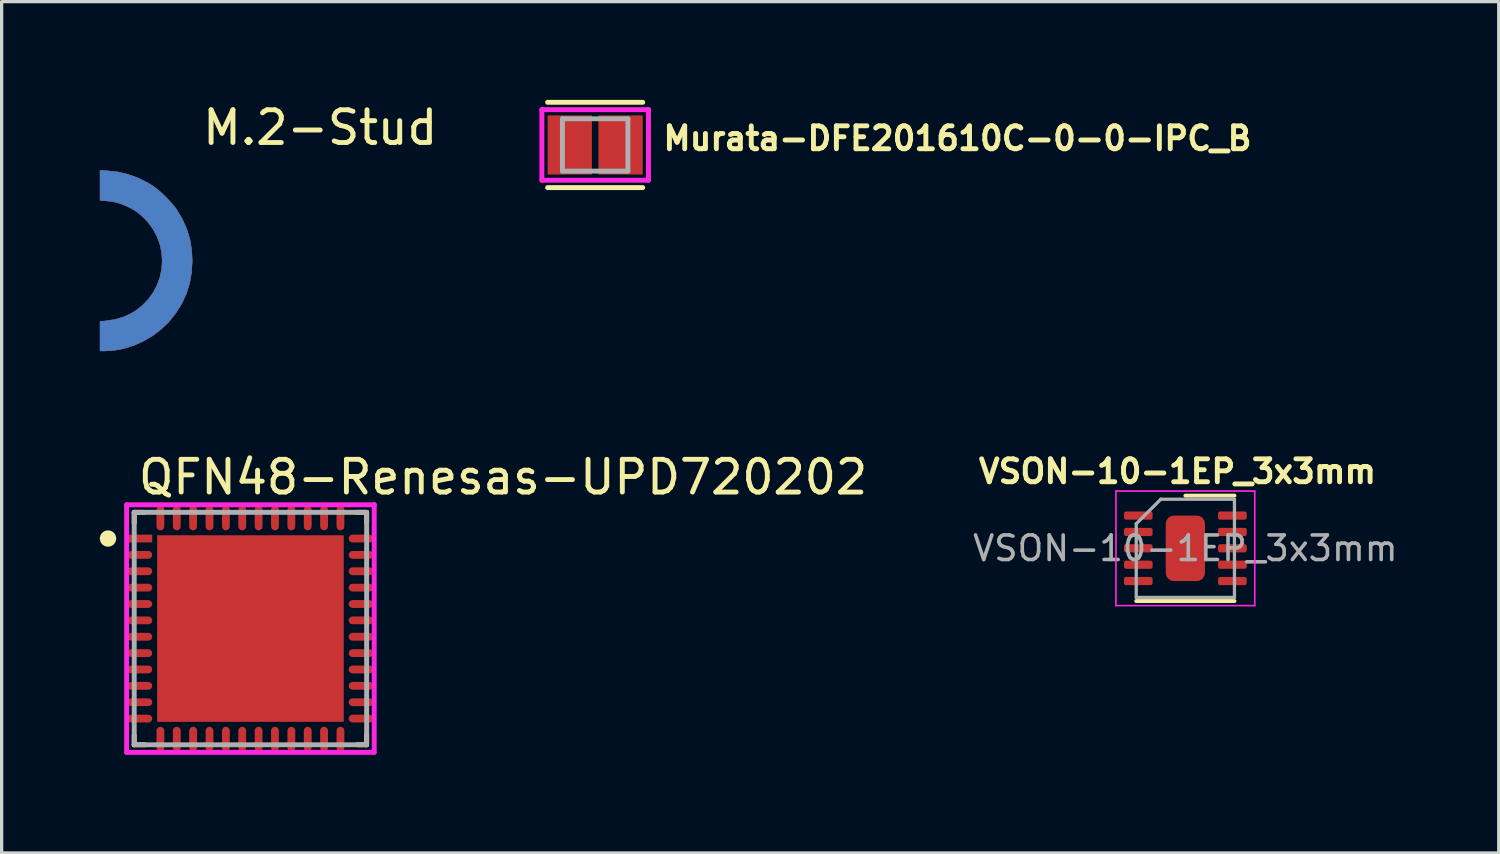
<source format=kicad_pcb>
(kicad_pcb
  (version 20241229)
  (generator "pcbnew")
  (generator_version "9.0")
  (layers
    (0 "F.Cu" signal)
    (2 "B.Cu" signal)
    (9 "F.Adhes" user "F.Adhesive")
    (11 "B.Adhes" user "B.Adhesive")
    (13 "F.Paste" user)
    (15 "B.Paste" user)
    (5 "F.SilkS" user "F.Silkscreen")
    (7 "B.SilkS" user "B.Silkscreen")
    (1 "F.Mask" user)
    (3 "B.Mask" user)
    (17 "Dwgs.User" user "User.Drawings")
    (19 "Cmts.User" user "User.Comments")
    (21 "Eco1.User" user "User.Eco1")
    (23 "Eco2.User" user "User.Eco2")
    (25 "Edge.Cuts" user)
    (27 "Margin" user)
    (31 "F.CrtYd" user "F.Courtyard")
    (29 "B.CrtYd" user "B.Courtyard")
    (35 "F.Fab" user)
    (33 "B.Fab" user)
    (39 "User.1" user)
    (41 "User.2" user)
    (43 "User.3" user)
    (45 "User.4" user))
  (footprint "VSON-10-1EP_3x3mm"
    (layer "F.Cu")
    (at 32.96 13.9)
    (property "Reference" "VSON-10-1EP_3x3mm" (at -0.04 -2.55 0) (layer "F.SilkS") (effects (font (size 0.7 0.7) (thickness 0.15))))
    (attr smd)
    (fp_line (start -1.3 1.41) (end 1.7 1.41) (stroke (width 0.12) (type solid)) (layer "F.SilkS"))
    (fp_line (start 0.2 -1.81) (end 1.7 -1.81) (stroke (width 0.12) (type solid)) (layer "F.SilkS"))
    (fp_line (start -1.92 -1.95) (end -1.92 1.55) (stroke (width 0.05) (type solid)) (layer "F.CrtYd"))
    (fp_line (start -1.92 1.55) (end 2.32 1.55) (stroke (width 0.05) (type solid)) (layer "F.CrtYd"))
    (fp_line (start 2.32 -1.95) (end -1.92 -1.95) (stroke (width 0.05) (type solid)) (layer "F.CrtYd"))
    (fp_line (start 2.32 1.55) (end 2.32 -1.95) (stroke (width 0.05) (type solid)) (layer "F.CrtYd"))
    (fp_line (start -1.3 -0.95) (end -0.55 -1.7) (stroke (width 0.1) (type solid)) (layer "F.Fab"))
    (fp_line (start -1.3 1.3) (end -1.3 -0.95) (stroke (width 0.1) (type solid)) (layer "F.Fab"))
    (fp_line (start -0.55 -1.7) (end 1.7 -1.7) (stroke (width 0.1) (type solid)) (layer "F.Fab"))
    (fp_line (start 1.7 -1.7) (end 1.7 1.3) (stroke (width 0.1) (type solid)) (layer "F.Fab"))
    (fp_line (start 1.7 1.3) (end -1.3 1.3) (stroke (width 0.1) (type solid)) (layer "F.Fab"))
    (fp_text user "${REFERENCE}" (at 0.2 -0.2 0) (layer "F.Fab") (effects (font (size 0.75 0.75) (thickness 0.11))))
    (pad "" smd roundrect (at -0.1 -0.7) (size 0.48 0.81) (layers "F.Paste") (roundrect_rratio 0.25))
    (pad "" smd roundrect (at -0.1 0.3) (size 0.48 0.81) (layers "F.Paste") (roundrect_rratio 0.25))
    (pad "" smd roundrect (at 0.5 -0.7) (size 0.48 0.81) (layers "F.Paste") (roundrect_rratio 0.25))
    (pad "" smd roundrect (at 0.5 0.3) (size 0.48 0.81) (layers "F.Paste") (roundrect_rratio 0.25))
    (pad "1" smd roundrect (at -1.238 -1.2) (size 0.875 0.25) (layers "F.Cu" "F.Mask" "F.Paste") (roundrect_rratio 0.25))
    (pad "2" smd roundrect (at -1.238 -0.7) (size 0.875 0.25) (layers "F.Cu" "F.Mask" "F.Paste") (roundrect_rratio 0.25))
    (pad "3" smd roundrect (at -1.238 -0.2) (size 0.875 0.25) (layers "F.Cu" "F.Mask" "F.Paste") (roundrect_rratio 0.25))
    (pad "4" smd roundrect (at -1.238 0.3) (size 0.875 0.25) (layers "F.Cu" "F.Mask" "F.Paste") (roundrect_rratio 0.25))
    (pad "5" smd roundrect (at -1.238 0.8) (size 0.875 0.25) (layers "F.Cu" "F.Mask" "F.Paste") (roundrect_rratio 0.25))
    (pad "6" smd roundrect (at 1.637 0.8) (size 0.875 0.25) (layers "F.Cu" "F.Mask" "F.Paste") (roundrect_rratio 0.25))
    (pad "7" smd roundrect (at 1.637 0.3) (size 0.875 0.25) (layers "F.Cu" "F.Mask" "F.Paste") (roundrect_rratio 0.25))
    (pad "8" smd roundrect (at 1.637 -0.2) (size 0.875 0.25) (layers "F.Cu" "F.Mask" "F.Paste") (roundrect_rratio 0.25))
    (pad "9" smd roundrect (at 1.637 -0.7) (size 0.875 0.25) (layers "F.Cu" "F.Mask" "F.Paste") (roundrect_rratio 0.25))
    (pad "10" smd roundrect (at 1.637 -1.2) (size 0.875 0.25) (layers "F.Cu" "F.Mask" "F.Paste") (roundrect_rratio 0.25))
    (pad "11" smd roundrect (at 0.2 -0.2) (size 1.2 2) (layers "F.Cu" "F.Mask") (roundrect_rratio 0.208)))
  (footprint "M.2-Stud"
    (layer "F.Cu")
    (at 0.482 4.858)
    (property "Reference" "M.2-Stud" (at 6.25 -4.01 0) (layer "F.SilkS") (effects (font (size 1 1) (thickness 0.15))))
    (attr through_hole)
    (fp_poly (pts (xy -0.302 -2.695) (xy 0.043 -2.66) (xy 0.376 -2.584) (xy 0.697 -2.467) (xy 1.004 -2.31) (xy 1.153 -2.217) (xy 1.259 -2.138) (xy 1.381 -2.033) (xy 1.509 -1.912) (xy 1.633 -1.784) (xy 1.746 -1.659) (xy 1.837 -1.545) (xy 1.867 -1.503) (xy 2.041 -1.209) (xy 2.175 -0.91) (xy 2.269 -0.601) (xy 2.323 -0.278) (xy 2.341 0.052) (xy 2.321 0.403) (xy 2.263 0.737) (xy 2.165 1.054) (xy 2.029 1.355) (xy 1.853 1.64) (xy 1.639 1.909) (xy 1.608 1.943) (xy 1.378 2.162) (xy 1.122 2.354) (xy 0.846 2.516) (xy 0.556 2.645) (xy 0.255 2.739) (xy -0.049 2.797) (xy -0.323 2.814) (xy -0.477 2.814) (xy -0.477 1.91) (xy -0.313 1.896) (xy -0.024 1.852) (xy 0.243 1.773) (xy 0.486 1.661) (xy 0.595 1.595) (xy 0.813 1.427) (xy 0.998 1.235) (xy 1.15 1.024) (xy 1.269 0.797) (xy 1.354 0.559) (xy 1.406 0.312) (xy 1.423 0.061) (xy 1.406 -0.191) (xy 1.354 -0.439) (xy 1.266 -0.68) (xy 1.143 -0.91) (xy 0.984 -1.124) (xy 0.854 -1.261) (xy 0.721 -1.38) (xy 0.591 -1.474) (xy 0.449 -1.557) (xy 0.342 -1.609) (xy 0.137 -1.691) (xy -0.064 -1.744) (xy -0.281 -1.771) (xy -0.291 -1.772) (xy -0.477 -1.785) (xy -0.477 -2.703) (xy -0.302 -2.695)) (stroke (width 0.01) (type solid)) (fill yes) (layer "F.Cu"))
    (fp_poly (pts (xy -0.302 -2.695) (xy 0.043 -2.66) (xy 0.376 -2.584) (xy 0.697 -2.467) (xy 1.004 -2.31) (xy 1.153 -2.217) (xy 1.259 -2.138) (xy 1.381 -2.033) (xy 1.509 -1.912) (xy 1.633 -1.784) (xy 1.746 -1.659) (xy 1.837 -1.545) (xy 1.867 -1.503) (xy 2.041 -1.209) (xy 2.175 -0.91) (xy 2.269 -0.601) (xy 2.323 -0.278) (xy 2.341 0.052) (xy 2.321 0.403) (xy 2.263 0.737) (xy 2.165 1.054) (xy 2.029 1.355) (xy 1.853 1.64) (xy 1.639 1.909) (xy 1.608 1.943) (xy 1.378 2.162) (xy 1.122 2.354) (xy 0.846 2.516) (xy 0.556 2.645) (xy 0.255 2.739) (xy -0.049 2.797) (xy -0.323 2.814) (xy -0.477 2.814) (xy -0.477 1.91) (xy -0.313 1.896) (xy -0.024 1.852) (xy 0.243 1.773) (xy 0.486 1.661) (xy 0.595 1.595) (xy 0.813 1.427) (xy 0.998 1.235) (xy 1.15 1.024) (xy 1.269 0.797) (xy 1.354 0.559) (xy 1.406 0.312) (xy 1.423 0.061) (xy 1.406 -0.191) (xy 1.354 -0.439) (xy 1.266 -0.68) (xy 1.143 -0.91) (xy 0.984 -1.124) (xy 0.854 -1.261) (xy 0.721 -1.38) (xy 0.591 -1.474) (xy 0.449 -1.557) (xy 0.342 -1.609) (xy 0.137 -1.691) (xy -0.064 -1.744) (xy -0.281 -1.771) (xy -0.291 -1.772) (xy -0.477 -1.785) (xy -0.477 -2.703) (xy -0.302 -2.695)) (stroke (width 0.01) (type solid)) (fill yes) (layer "F.Mask"))
    (fp_poly (pts (xy -0.302 -2.695) (xy 0.043 -2.66) (xy 0.376 -2.584) (xy 0.697 -2.467) (xy 1.004 -2.31) (xy 1.153 -2.217) (xy 1.259 -2.138) (xy 1.381 -2.033) (xy 1.509 -1.912) (xy 1.633 -1.784) (xy 1.746 -1.659) (xy 1.837 -1.545) (xy 1.867 -1.503) (xy 2.041 -1.209) (xy 2.175 -0.91) (xy 2.269 -0.601) (xy 2.323 -0.278) (xy 2.341 0.052) (xy 2.321 0.403) (xy 2.263 0.737) (xy 2.165 1.054) (xy 2.029 1.355) (xy 1.853 1.64) (xy 1.639 1.909) (xy 1.608 1.943) (xy 1.378 2.162) (xy 1.122 2.354) (xy 0.846 2.516) (xy 0.556 2.645) (xy 0.255 2.739) (xy -0.049 2.797) (xy -0.323 2.814) (xy -0.477 2.814) (xy -0.477 1.91) (xy -0.313 1.896) (xy -0.024 1.852) (xy 0.243 1.773) (xy 0.486 1.661) (xy 0.595 1.595) (xy 0.813 1.427) (xy 0.998 1.235) (xy 1.15 1.024) (xy 1.269 0.797) (xy 1.354 0.559) (xy 1.406 0.312) (xy 1.423 0.061) (xy 1.406 -0.191) (xy 1.354 -0.439) (xy 1.266 -0.68) (xy 1.143 -0.91) (xy 0.984 -1.124) (xy 0.854 -1.261) (xy 0.721 -1.38) (xy 0.591 -1.474) (xy 0.449 -1.557) (xy 0.342 -1.609) (xy 0.137 -1.691) (xy -0.064 -1.744) (xy -0.281 -1.771) (xy -0.291 -1.772) (xy -0.477 -1.785) (xy -0.477 -2.703) (xy -0.302 -2.695)) (stroke (width 0.01) (type solid)) (fill yes) (layer "B.Cu"))
    (fp_poly (pts (xy -0.302 -2.695) (xy 0.043 -2.66) (xy 0.376 -2.584) (xy 0.697 -2.467) (xy 1.004 -2.31) (xy 1.153 -2.217) (xy 1.259 -2.138) (xy 1.381 -2.033) (xy 1.509 -1.912) (xy 1.633 -1.784) (xy 1.746 -1.659) (xy 1.837 -1.545) (xy 1.867 -1.503) (xy 2.041 -1.209) (xy 2.175 -0.91) (xy 2.269 -0.601) (xy 2.323 -0.278) (xy 2.341 0.052) (xy 2.321 0.403) (xy 2.263 0.737) (xy 2.165 1.054) (xy 2.029 1.355) (xy 1.853 1.64) (xy 1.639 1.909) (xy 1.608 1.943) (xy 1.378 2.162) (xy 1.122 2.354) (xy 0.846 2.516) (xy 0.556 2.645) (xy 0.255 2.739) (xy -0.049 2.797) (xy -0.323 2.814) (xy -0.477 2.814) (xy -0.477 1.91) (xy -0.313 1.896) (xy -0.024 1.852) (xy 0.243 1.773) (xy 0.486 1.661) (xy 0.595 1.595) (xy 0.813 1.427) (xy 0.998 1.235) (xy 1.15 1.024) (xy 1.269 0.797) (xy 1.354 0.559) (xy 1.406 0.312) (xy 1.423 0.061) (xy 1.406 -0.191) (xy 1.354 -0.439) (xy 1.266 -0.68) (xy 1.143 -0.91) (xy 0.984 -1.124) (xy 0.854 -1.261) (xy 0.721 -1.38) (xy 0.591 -1.474) (xy 0.449 -1.557) (xy 0.342 -1.609) (xy 0.137 -1.691) (xy -0.064 -1.744) (xy -0.281 -1.771) (xy -0.291 -1.772) (xy -0.477 -1.785) (xy -0.477 -2.703) (xy -0.302 -2.695)) (stroke (width 0.01) (type solid)) (fill yes) (layer "B.Mask")))
  (footprint "Murata-DFE201610C-0-0-IPC_B"
    (layer "F.Cu")
    (at 15.131 1.378)
    (property "Reference" "Murata-DFE201610C-0-0-IPC_B" (at 2.003 -0.2 0) (layer "F.SilkS") (effects (font (size 0.7 0.7) (thickness 0.15)) (justify left)))
    (attr through_hole)
    (fp_line (start -1.453 -1.303) (end 1.453 -1.303) (stroke (width 0.15) (type solid)) (layer "F.SilkS"))
    (fp_line (start -1.453 1.303) (end 1.453 1.303) (stroke (width 0.15) (type solid)) (layer "F.SilkS"))
    (fp_line (start -1.628 -1.078) (end -1.628 1.078) (stroke (width 0.15) (type solid)) (layer "F.CrtYd"))
    (fp_line (start -1.628 1.078) (end 1.628 1.078) (stroke (width 0.15) (type solid)) (layer "F.CrtYd"))
    (fp_line (start 1.628 -1.078) (end -1.628 -1.078) (stroke (width 0.15) (type solid)) (layer "F.CrtYd"))
    (fp_line (start 1.628 -1.078) (end 1.628 -1.078) (stroke (width 0.15) (type solid)) (layer "F.CrtYd"))
    (fp_line (start 1.628 1.078) (end 1.628 -1.078) (stroke (width 0.15) (type solid)) (layer "F.CrtYd"))
    (fp_line (start -1 -0.8) (end 1 -0.8) (stroke (width 0.15) (type solid)) (layer "F.Fab"))
    (fp_line (start -1 0.8) (end -1 -0.8) (stroke (width 0.15) (type solid)) (layer "F.Fab"))
    (fp_line (start 1 -0.8) (end 1 0.8) (stroke (width 0.15) (type solid)) (layer "F.Fab"))
    (fp_line (start 1 0.8) (end -1 0.8) (stroke (width 0.15) (type solid)) (layer "F.Fab"))
    (pad "1" smd rect (at -0.776 0.000001) (size 1.354 1.806) (layers "F.Cu" "F.Mask" "F.Paste"))
    (pad "2" smd rect (at 0.776 0.000001) (size 1.354 1.806) (layers "F.Cu" "F.Mask" "F.Paste")))
  (footprint "QFN48-Renesas-UPD720202"
    (layer "F.Cu")
    (at 4.6 16.151)
    (property "Reference" "QFN48-Renesas-UPD720202" (at -3.5 -4.625 0) (layer "F.SilkS") (effects (font (size 1 1) (thickness 0.15)) (justify left)))
    (attr through_hole)
    (fp_line (start -3.55 -3.55) (end -3.245 -3.55) (stroke (width 0.15) (type solid)) (layer "F.SilkS"))
    (fp_line (start -3.55 -3.225) (end -3.55 -3.55) (stroke (width 0.15) (type solid)) (layer "F.SilkS"))
    (fp_line (start -3.55 3.55) (end -3.55 3.264) (stroke (width 0.15) (type solid)) (layer "F.SilkS"))
    (fp_line (start -3.55 3.55) (end -3.225 3.55) (stroke (width 0.15) (type solid)) (layer "F.SilkS"))
    (fp_line (start 3.245 -3.55) (end 3.55 -3.55) (stroke (width 0.15) (type solid)) (layer "F.SilkS"))
    (fp_line (start 3.264 3.55) (end 3.55 3.55) (stroke (width 0.15) (type solid)) (layer "F.SilkS"))
    (fp_line (start 3.55 -3.245) (end 3.55 -3.55) (stroke (width 0.15) (type solid)) (layer "F.SilkS"))
    (fp_line (start 3.55 3.55) (end 3.55 3.245) (stroke (width 0.15) (type solid)) (layer "F.SilkS"))
    (fp_circle (center -4.35 -2.75) (end -4.225 -2.75) (stroke (width 0.25) (type solid)) (fill no) (layer "F.SilkS"))
    (fp_line (start -3.781 -3.781) (end -3.781 3.781) (stroke (width 0.15) (type solid)) (layer "F.CrtYd"))
    (fp_line (start -3.781 3.781) (end 3.781 3.781) (stroke (width 0.15) (type solid)) (layer "F.CrtYd"))
    (fp_line (start 3.781 -3.781) (end -3.781 -3.781) (stroke (width 0.15) (type solid)) (layer "F.CrtYd"))
    (fp_line (start 3.781 -3.781) (end 3.781 -3.781) (stroke (width 0.15) (type solid)) (layer "F.CrtYd"))
    (fp_line (start 3.781 3.781) (end 3.781 -3.781) (stroke (width 0.15) (type solid)) (layer "F.CrtYd"))
    (fp_line (start -3.55 -3.55) (end 3.55 -3.55) (stroke (width 0.15) (type solid)) (layer "F.Fab"))
    (fp_line (start -3.55 3.55) (end -3.55 -3.55) (stroke (width 0.15) (type solid)) (layer "F.Fab"))
    (fp_line (start 3.55 -3.55) (end 3.55 3.55) (stroke (width 0.15) (type solid)) (layer "F.Fab"))
    (fp_line (start 3.55 3.55) (end -3.55 3.55) (stroke (width 0.15) (type solid)) (layer "F.Fab"))
    (pad "" smd rect (at -1.25 -1.25) (size 1.802 1.802) (layers "F.Paste"))
    (pad "" smd rect (at -1.25 1.25) (size 1.802 1.802) (layers "F.Paste"))
    (pad "" smd rect (at 1.25 -1.25) (size 1.802 1.802) (layers "F.Paste"))
    (pad "" smd rect (at 1.25 1.25) (size 1.802 1.802) (layers "F.Paste"))
    (pad "1" smd rect (at -3.378 -2.75) (size 0.756 0.239) (layers "F.Cu" "F.Mask" "F.Paste"))
    (pad "2" smd roundrect (at -3.378 -2.25) (size 0.756 0.239) (layers "F.Cu" "F.Mask" "F.Paste") (roundrect_rratio 0.5))
    (pad "3" smd roundrect (at -3.378 -1.75) (size 0.756 0.239) (layers "F.Cu" "F.Mask" "F.Paste") (roundrect_rratio 0.5))
    (pad "4" smd roundrect (at -3.378 -1.25) (size 0.756 0.239) (layers "F.Cu" "F.Mask" "F.Paste") (roundrect_rratio 0.5))
    (pad "5" smd roundrect (at -3.378 -0.75) (size 0.756 0.239) (layers "F.Cu" "F.Mask" "F.Paste") (roundrect_rratio 0.5))
    (pad "6" smd roundrect (at -3.378 -0.25) (size 0.756 0.239) (layers "F.Cu" "F.Mask" "F.Paste") (roundrect_rratio 0.5))
    (pad "7" smd roundrect (at -3.378 0.25) (size 0.756 0.239) (layers "F.Cu" "F.Mask" "F.Paste") (roundrect_rratio 0.5))
    (pad "8" smd roundrect (at -3.378 0.75) (size 0.756 0.239) (layers "F.Cu" "F.Mask" "F.Paste") (roundrect_rratio 0.5))
    (pad "9" smd roundrect (at -3.378 1.25) (size 0.756 0.239) (layers "F.Cu" "F.Mask" "F.Paste") (roundrect_rratio 0.5))
    (pad "10" smd roundrect (at -3.378 1.75) (size 0.756 0.239) (layers "F.Cu" "F.Mask" "F.Paste") (roundrect_rratio 0.5))
    (pad "11" smd roundrect (at -3.378 2.25) (size 0.756 0.239) (layers "F.Cu" "F.Mask" "F.Paste") (roundrect_rratio 0.5))
    (pad "12" smd roundrect (at -3.378 2.75) (size 0.756 0.239) (layers "F.Cu" "F.Mask" "F.Paste") (roundrect_rratio 0.5))
    (pad "13" smd roundrect (at -2.75 3.378) (size 0.239 0.756) (layers "F.Cu" "F.Mask" "F.Paste") (roundrect_rratio 0.5))
    (pad "14" smd roundrect (at -2.25 3.378) (size 0.239 0.756) (layers "F.Cu" "F.Mask" "F.Paste") (roundrect_rratio 0.5))
    (pad "15" smd roundrect (at -1.75 3.378) (size 0.239 0.756) (layers "F.Cu" "F.Mask" "F.Paste") (roundrect_rratio 0.5))
    (pad "16" smd roundrect (at -1.25 3.378) (size 0.239 0.756) (layers "F.Cu" "F.Mask" "F.Paste") (roundrect_rratio 0.5))
    (pad "17" smd roundrect (at -0.75 3.378) (size 0.239 0.756) (layers "F.Cu" "F.Mask" "F.Paste") (roundrect_rratio 0.5))
    (pad "18" smd roundrect (at -0.25 3.378) (size 0.239 0.756) (layers "F.Cu" "F.Mask" "F.Paste") (roundrect_rratio 0.5))
    (pad "19" smd roundrect (at 0.25 3.378) (size 0.239 0.756) (layers "F.Cu" "F.Mask" "F.Paste") (roundrect_rratio 0.5))
    (pad "20" smd roundrect (at 0.75 3.378) (size 0.239 0.756) (layers "F.Cu" "F.Mask" "F.Paste") (roundrect_rratio 0.5))
    (pad "21" smd roundrect (at 1.25 3.378) (size 0.239 0.756) (layers "F.Cu" "F.Mask" "F.Paste") (roundrect_rratio 0.5))
    (pad "22" smd roundrect (at 1.75 3.378) (size 0.239 0.756) (layers "F.Cu" "F.Mask" "F.Paste") (roundrect_rratio 0.5))
    (pad "23" smd roundrect (at 2.25 3.378) (size 0.239 0.756) (layers "F.Cu" "F.Mask" "F.Paste") (roundrect_rratio 0.5))
    (pad "24" smd roundrect (at 2.75 3.378) (size 0.239 0.756) (layers "F.Cu" "F.Mask" "F.Paste") (roundrect_rratio 0.5))
    (pad "25" smd roundrect (at 3.378 2.75) (size 0.756 0.239) (layers "F.Cu" "F.Mask" "F.Paste") (roundrect_rratio 0.5))
    (pad "26" smd roundrect (at 3.378 2.25) (size 0.756 0.239) (layers "F.Cu" "F.Mask" "F.Paste") (roundrect_rratio 0.5))
    (pad "27" smd roundrect (at 3.378 1.75) (size 0.756 0.239) (layers "F.Cu" "F.Mask" "F.Paste") (roundrect_rratio 0.5))
    (pad "28" smd roundrect (at 3.378 1.25) (size 0.756 0.239) (layers "F.Cu" "F.Mask" "F.Paste") (roundrect_rratio 0.5))
    (pad "29" smd roundrect (at 3.378 0.75) (size 0.756 0.239) (layers "F.Cu" "F.Mask" "F.Paste") (roundrect_rratio 0.5))
    (pad "30" smd roundrect (at 3.378 0.25) (size 0.756 0.239) (layers "F.Cu" "F.Mask" "F.Paste") (roundrect_rratio 0.5))
    (pad "31" smd roundrect (at 3.378 -0.25) (size 0.756 0.239) (layers "F.Cu" "F.Mask" "F.Paste") (roundrect_rratio 0.5))
    (pad "32" smd roundrect (at 3.378 -0.75) (size 0.756 0.239) (layers "F.Cu" "F.Mask" "F.Paste") (roundrect_rratio 0.5))
    (pad "33" smd roundrect (at 3.378 -1.25) (size 0.756 0.239) (layers "F.Cu" "F.Mask" "F.Paste") (roundrect_rratio 0.5))
    (pad "34" smd roundrect (at 3.378 -1.75) (size 0.756 0.239) (layers "F.Cu" "F.Mask" "F.Paste") (roundrect_rratio 0.5))
    (pad "35" smd roundrect (at 3.378 -2.25) (size 0.756 0.239) (layers "F.Cu" "F.Mask" "F.Paste") (roundrect_rratio 0.5))
    (pad "36" smd roundrect (at 3.378 -2.75) (size 0.756 0.239) (layers "F.Cu" "F.Mask" "F.Paste") (roundrect_rratio 0.5))
    (pad "37" smd roundrect (at 2.75 -3.378) (size 0.239 0.756) (layers "F.Cu" "F.Mask" "F.Paste") (roundrect_rratio 0.5))
    (pad "38" smd roundrect (at 2.25 -3.378) (size 0.239 0.756) (layers "F.Cu" "F.Mask" "F.Paste") (roundrect_rratio 0.5))
    (pad "39" smd roundrect (at 1.75 -3.378) (size 0.239 0.756) (layers "F.Cu" "F.Mask" "F.Paste") (roundrect_rratio 0.5))
    (pad "40" smd roundrect (at 1.25 -3.378) (size 0.239 0.756) (layers "F.Cu" "F.Mask" "F.Paste") (roundrect_rratio 0.5))
    (pad "41" smd roundrect (at 0.75 -3.378) (size 0.239 0.756) (layers "F.Cu" "F.Mask" "F.Paste") (roundrect_rratio 0.5))
    (pad "42" smd roundrect (at 0.25 -3.378) (size 0.239 0.756) (layers "F.Cu" "F.Mask" "F.Paste") (roundrect_rratio 0.5))
    (pad "43" smd roundrect (at -0.25 -3.378) (size 0.239 0.756) (layers "F.Cu" "F.Mask" "F.Paste") (roundrect_rratio 0.5))
    (pad "44" smd roundrect (at -0.75 -3.378) (size 0.239 0.756) (layers "F.Cu" "F.Mask" "F.Paste") (roundrect_rratio 0.5))
    (pad "45" smd roundrect (at -1.25 -3.378) (size 0.239 0.756) (layers "F.Cu" "F.Mask" "F.Paste") (roundrect_rratio 0.5))
    (pad "46" smd roundrect (at -1.75 -3.378) (size 0.239 0.756) (layers "F.Cu" "F.Mask" "F.Paste") (roundrect_rratio 0.5))
    (pad "47" smd roundrect (at -2.25 -3.378) (size 0.239 0.756) (layers "F.Cu" "F.Mask" "F.Paste") (roundrect_rratio 0.5))
    (pad "48" smd roundrect (at -2.75 -3.378) (size 0.239 0.756) (layers "F.Cu" "F.Mask" "F.Paste") (roundrect_rratio 0.5))
    (pad "49" smd rect (at 0 0) (size 5.7 5.7) (layers "F.Cu" "F.Mask")))
  (gr_rect
    (start -3 -3)
    (end 42.732 23.007)
    (stroke (width 0.1) (type default))
    (fill no)
    (layer "Edge.Cuts")))
</source>
